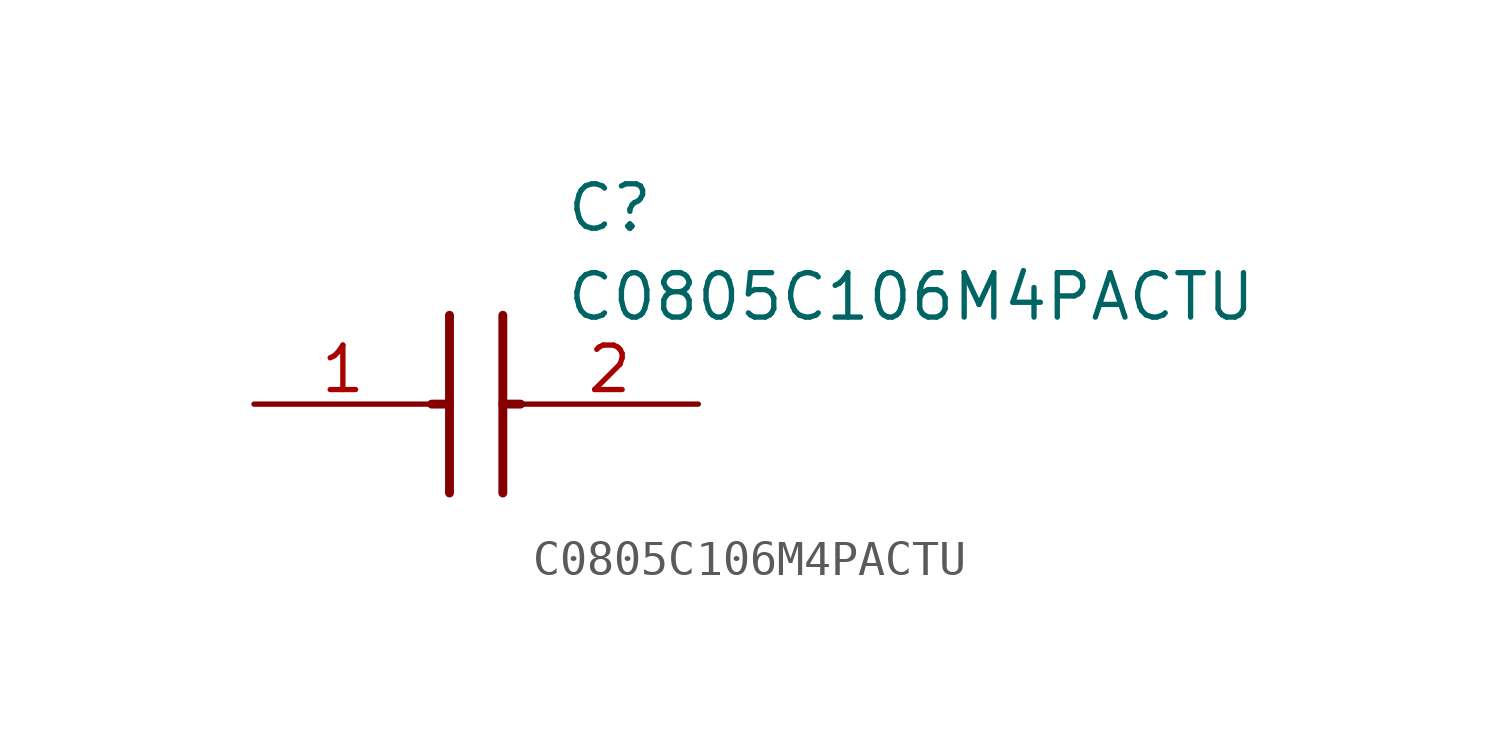
<source format=kicad_sym>
(kicad_symbol_lib
  (version 20211014)
  (generator SamacSys_ECAD_Model)
  (symbol "C0805C106M4PACTU"
    (pin_names hide)
    (property "Reference" "C"
      (at 8.89 6.35 0)
      (effects (font (size 1.27 1.27)) (justify left top)))
    (property "Value" "C0805C106M4PACTU"
      (at 8.89 3.81 0)
      (effects (font (size 1.27 1.27)) (justify left top)))
    (polyline
      (pts (xy 5.588 2.54) (xy 5.588 -2.54))
      (stroke (width 0.254) (type default))
      (fill (type none)))
    (polyline
      (pts (xy 7.112 2.54) (xy 7.112 -2.54))
      (stroke (width 0.254) (type default))
      (fill (type none)))
    (polyline
      (pts (xy 5.08 0) (xy 5.588 0))
      (stroke (width 0.254) (type default))
      (fill (type none)))
    (polyline
      (pts (xy 7.112 0) (xy 7.62 0))
      (stroke (width 0.254) (type default))
      (fill (type none)))
    (pin passive line
      (at 0 0 0)
      (length 5.08)
      (name "1" (effects (font (size 1.27 1.27))))
      (number "1" (effects (font (size 1.27 1.27)))))
    (pin passive line
      (at 12.7 0 180)
      (length 5.08)
      (name "2" (effects (font (size 1.27 1.27))))
      (number "2" (effects (font (size 1.27 1.27)))))))
</source>
